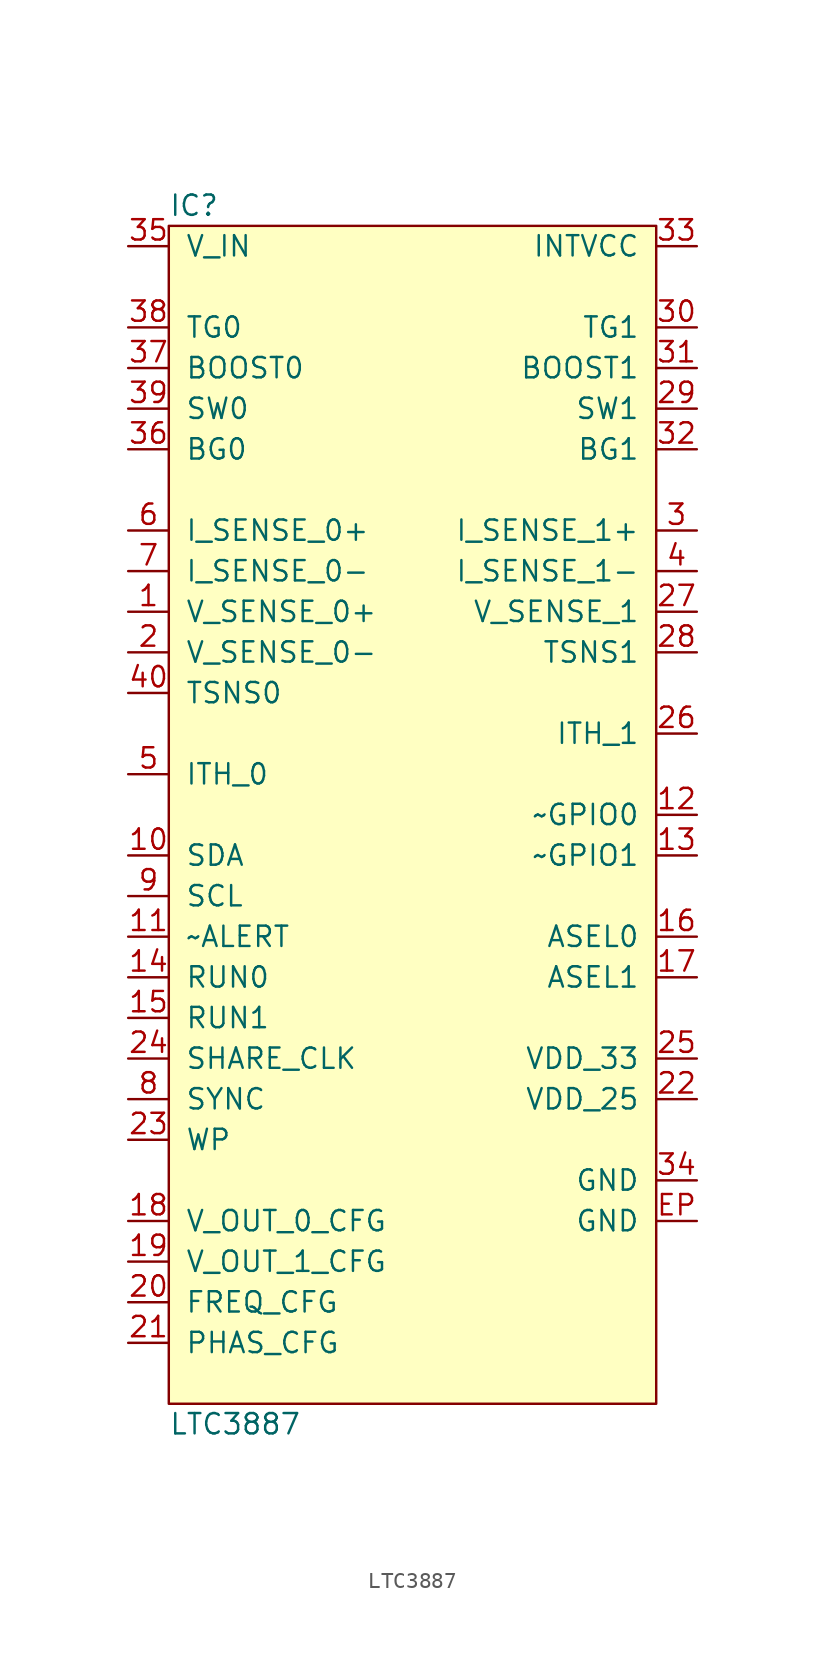
<source format=kicad_sym>
(kicad_symbol_lib
  (version 20211014)
  (generator agg_kicad.build_lib_ic)
  (symbol "LTC3887"
    (pin_names
      (offset 1.016))
    (property Reference IC
      (at -15.24 38.1 0)
      (effects (font (size 1.27 1.27)) (justify left)))
    (property Value "LTC3887"
      (at -15.24 -38.1 0)
      (effects (font (size 1.27 1.27)) (justify left)))
    (symbol "LTC3887_0_0"
      (rectangle (start -15.24 36.83) (end 15.24 -36.83) (stroke (width 0) (type default) (color 0 0 0 0)) (fill (type background)))
      (pin power_in line (at -17.78 35.56 0) (length 2.54) (name V_IN (effects (font (size 1.27 1.27)))) (number "35" (effects (font (size 1.27 1.27)))))
      (pin output line (at -17.78 30.48 0) (length 2.54) (name "TG0" (effects (font (size 1.27 1.27)))) (number "38" (effects (font (size 1.27 1.27)))))
      (pin output line (at -17.78 27.94 0) (length 2.54) (name "BOOST0" (effects (font (size 1.27 1.27)))) (number "37" (effects (font (size 1.27 1.27)))))
      (pin input line (at -17.78 25.4 0) (length 2.54) (name "SW0" (effects (font (size 1.27 1.27)))) (number "39" (effects (font (size 1.27 1.27)))))
      (pin output line (at -17.78 22.86 0) (length 2.54) (name "BG0" (effects (font (size 1.27 1.27)))) (number "36" (effects (font (size 1.27 1.27)))))
      (pin input line (at -17.78 17.78 0) (length 2.54) (name "I_SENSE_0+" (effects (font (size 1.27 1.27)))) (number "6" (effects (font (size 1.27 1.27)))))
      (pin input line (at -17.78 15.24 0) (length 2.54) (name "I_SENSE_0-" (effects (font (size 1.27 1.27)))) (number "7" (effects (font (size 1.27 1.27)))))
      (pin input line (at -17.78 12.7 0) (length 2.54) (name "V_SENSE_0+" (effects (font (size 1.27 1.27)))) (number "1" (effects (font (size 1.27 1.27)))))
      (pin input line (at -17.78 10.16 0) (length 2.54) (name "V_SENSE_0-" (effects (font (size 1.27 1.27)))) (number "2" (effects (font (size 1.27 1.27)))))
      (pin input line (at -17.78 7.62 0) (length 2.54) (name "TSNS0" (effects (font (size 1.27 1.27)))) (number "40" (effects (font (size 1.27 1.27)))))
      (pin input line (at -17.78 2.54 0) (length 2.54) (name "ITH_0" (effects (font (size 1.27 1.27)))) (number "5" (effects (font (size 1.27 1.27)))))
      (pin tri_state line (at -17.78 -2.54 0) (length 2.54) (name SDA (effects (font (size 1.27 1.27)))) (number "10" (effects (font (size 1.27 1.27)))))
      (pin tri_state line (at -17.78 -5.08 0) (length 2.54) (name SCL (effects (font (size 1.27 1.27)))) (number "9" (effects (font (size 1.27 1.27)))))
      (pin output line (at -17.78 -7.62 0) (length 2.54) (name "~ALERT" (effects (font (size 1.27 1.27)))) (number "11" (effects (font (size 1.27 1.27)))))
      (pin input line (at -17.78 -10.16 0) (length 2.54) (name "RUN0" (effects (font (size 1.27 1.27)))) (number "14" (effects (font (size 1.27 1.27)))))
      (pin input line (at -17.78 -12.7 0) (length 2.54) (name "RUN1" (effects (font (size 1.27 1.27)))) (number "15" (effects (font (size 1.27 1.27)))))
      (pin tri_state line (at -17.78 -15.24 0) (length 2.54) (name SHARE_CLK (effects (font (size 1.27 1.27)))) (number "24" (effects (font (size 1.27 1.27)))))
      (pin tri_state line (at -17.78 -17.78 0) (length 2.54) (name SYNC (effects (font (size 1.27 1.27)))) (number "8" (effects (font (size 1.27 1.27)))))
      (pin input line (at -17.78 -20.32 0) (length 2.54) (name WP (effects (font (size 1.27 1.27)))) (number "23" (effects (font (size 1.27 1.27)))))
      (pin input line (at -17.78 -25.4 0) (length 2.54) (name "V_OUT_0_CFG" (effects (font (size 1.27 1.27)))) (number "18" (effects (font (size 1.27 1.27)))))
      (pin input line (at -17.78 -27.94 0) (length 2.54) (name "V_OUT_1_CFG" (effects (font (size 1.27 1.27)))) (number "19" (effects (font (size 1.27 1.27)))))
      (pin input line (at -17.78 -30.48 0) (length 2.54) (name FREQ_CFG (effects (font (size 1.27 1.27)))) (number "20" (effects (font (size 1.27 1.27)))))
      (pin input line (at -17.78 -33.02 0) (length 2.54) (name PHAS_CFG (effects (font (size 1.27 1.27)))) (number "21" (effects (font (size 1.27 1.27)))))
      (pin power_out line (at 17.78 35.56 180) (length 2.54) (name INTVCC (effects (font (size 1.27 1.27)))) (number "33" (effects (font (size 1.27 1.27)))))
      (pin output line (at 17.78 30.48 180) (length 2.54) (name "TG1" (effects (font (size 1.27 1.27)))) (number "30" (effects (font (size 1.27 1.27)))))
      (pin output line (at 17.78 27.94 180) (length 2.54) (name "BOOST1" (effects (font (size 1.27 1.27)))) (number "31" (effects (font (size 1.27 1.27)))))
      (pin input line (at 17.78 25.4 180) (length 2.54) (name "SW1" (effects (font (size 1.27 1.27)))) (number "29" (effects (font (size 1.27 1.27)))))
      (pin output line (at 17.78 22.86 180) (length 2.54) (name "BG1" (effects (font (size 1.27 1.27)))) (number "32" (effects (font (size 1.27 1.27)))))
      (pin input line (at 17.78 17.78 180) (length 2.54) (name "I_SENSE_1+" (effects (font (size 1.27 1.27)))) (number "3" (effects (font (size 1.27 1.27)))))
      (pin input line (at 17.78 15.24 180) (length 2.54) (name "I_SENSE_1-" (effects (font (size 1.27 1.27)))) (number "4" (effects (font (size 1.27 1.27)))))
      (pin input line (at 17.78 12.7 180) (length 2.54) (name "V_SENSE_1" (effects (font (size 1.27 1.27)))) (number "27" (effects (font (size 1.27 1.27)))))
      (pin input line (at 17.78 10.16 180) (length 2.54) (name "TSNS1" (effects (font (size 1.27 1.27)))) (number "28" (effects (font (size 1.27 1.27)))))
      (pin input line (at 17.78 5.08 180) (length 2.54) (name "ITH_1" (effects (font (size 1.27 1.27)))) (number "26" (effects (font (size 1.27 1.27)))))
      (pin bidirectional line (at 17.78 0 180) (length 2.54) (name "~GPIO0" (effects (font (size 1.27 1.27)))) (number "12" (effects (font (size 1.27 1.27)))))
      (pin bidirectional line (at 17.78 -2.54 180) (length 2.54) (name "~GPIO1" (effects (font (size 1.27 1.27)))) (number "13" (effects (font (size 1.27 1.27)))))
      (pin input line (at 17.78 -7.62 180) (length 2.54) (name "ASEL0" (effects (font (size 1.27 1.27)))) (number "16" (effects (font (size 1.27 1.27)))))
      (pin input line (at 17.78 -10.16 180) (length 2.54) (name "ASEL1" (effects (font (size 1.27 1.27)))) (number "17" (effects (font (size 1.27 1.27)))))
      (pin power_out line (at 17.78 -15.24 180) (length 2.54) (name "VDD_33" (effects (font (size 1.27 1.27)))) (number "25" (effects (font (size 1.27 1.27)))))
      (pin power_out line (at 17.78 -17.78 180) (length 2.54) (name "VDD_25" (effects (font (size 1.27 1.27)))) (number "22" (effects (font (size 1.27 1.27)))))
      (pin power_in line (at 17.78 -22.86 180) (length 2.54) (name GND (effects (font (size 1.27 1.27)))) (number "34" (effects (font (size 1.27 1.27)))))
      (pin power_in line (at 17.78 -25.4 180) (length 2.54) (name GND (effects (font (size 1.27 1.27)))) (number EP (effects (font (size 1.27 1.27))))))))
</source>
